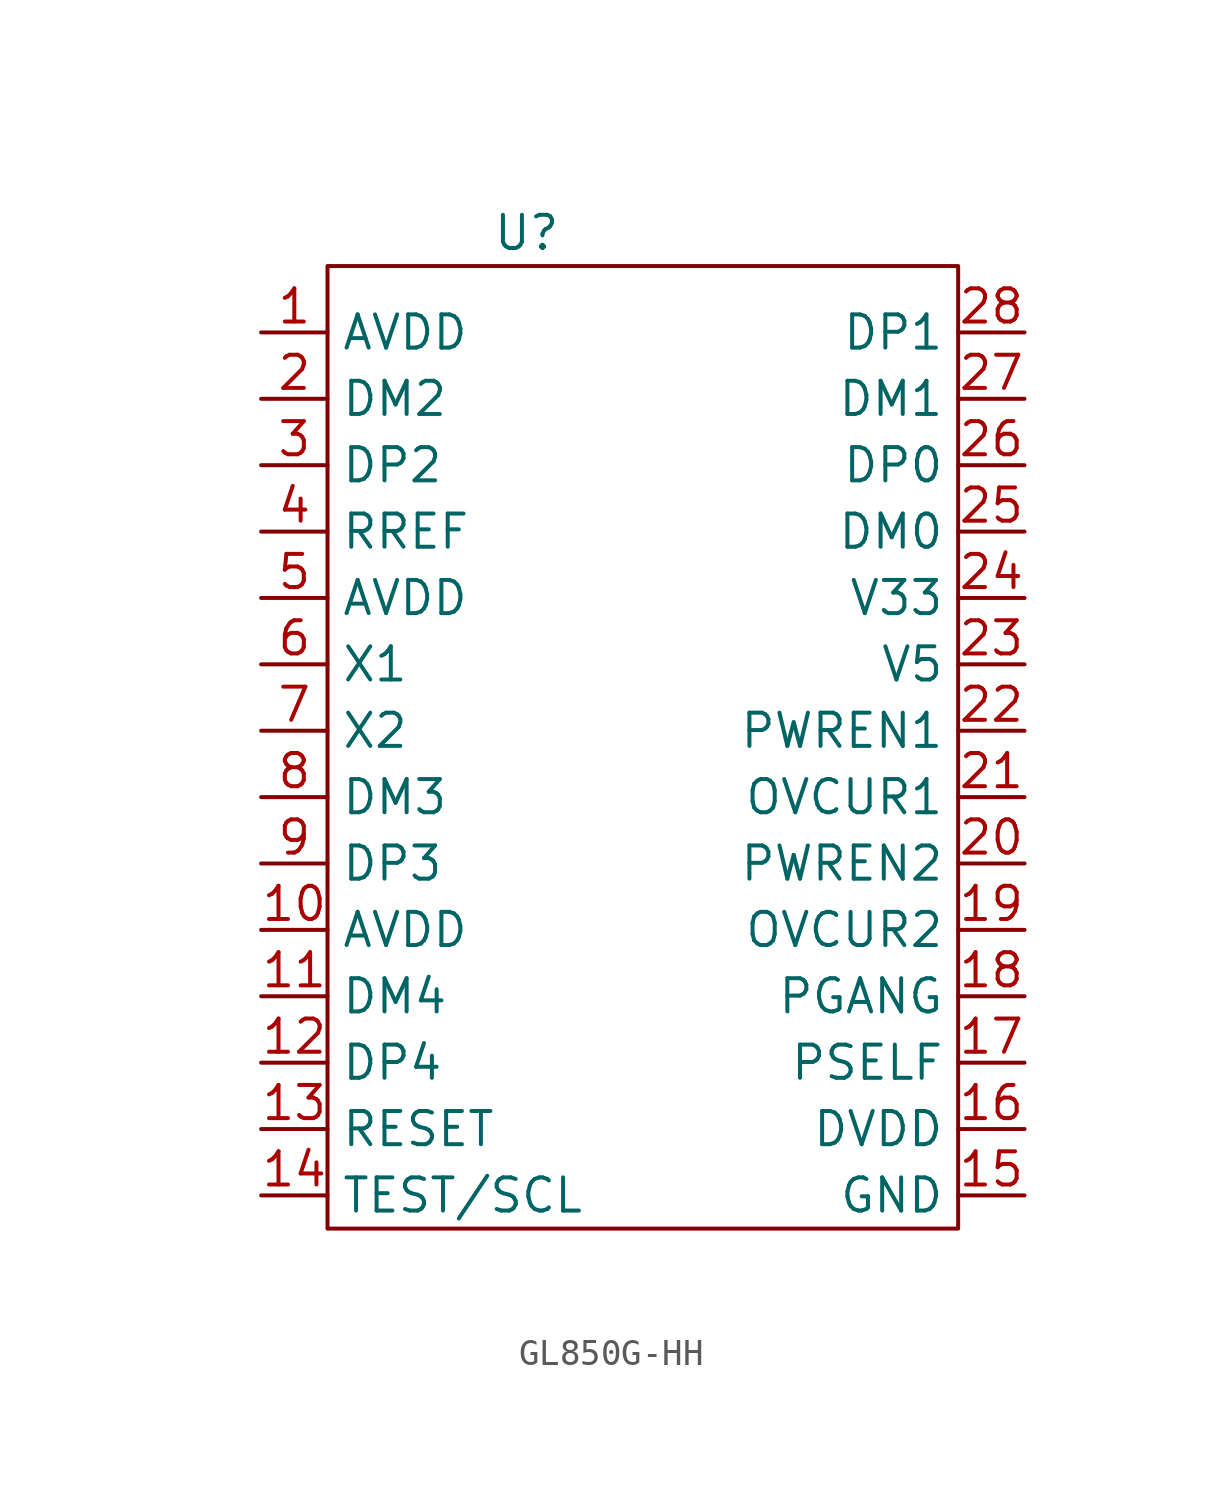
<source format=kicad_sym>
(kicad_symbol_lib
  (version 20220914)
  (generator kicad_symbol_editor)
  (symbol "GL850G-HH"
    (property "Reference" "U"
      (at -10.16 24.13 0)
      (effects (font (size 1.27 1.27))))
    (property "Value" ""
      (at -22.86 1.27 0)
      (effects (font (size 1.27 1.27))))
    (symbol "GL850G-HH_0_1"
      (rectangle (start -17.78 22.86) (end 6.35 -13.97) (stroke (width 0) (type default)) (fill (type none))))
    (symbol "GL850G-HH_1_1"
      (pin input line (at -20.32 20.32 0) (length 2.54) (name "AVDD" (effects (font (size 1.27 1.27)))) (number "1" (effects (font (size 1.27 1.27)))))
      (pin input line (at -20.32 -2.54 0) (length 2.54) (name "AVDD" (effects (font (size 1.27 1.27)))) (number "10" (effects (font (size 1.27 1.27)))))
      (pin input line (at -20.32 -5.08 0) (length 2.54) (name "DM4" (effects (font (size 1.27 1.27)))) (number "11" (effects (font (size 1.27 1.27)))))
      (pin input line (at -20.32 -7.62 0) (length 2.54) (name "DP4" (effects (font (size 1.27 1.27)))) (number "12" (effects (font (size 1.27 1.27)))))
      (pin input line (at -20.32 -10.16 0) (length 2.54) (name "RESET" (effects (font (size 1.27 1.27)))) (number "13" (effects (font (size 1.27 1.27)))))
      (pin input line (at -20.32 -12.7 0) (length 2.54) (name "TEST/SCL" (effects (font (size 1.27 1.27)))) (number "14" (effects (font (size 1.27 1.27)))))
      (pin input line (at 8.89 -12.7 180) (length 2.54) (name "GND" (effects (font (size 1.27 1.27)))) (number "15" (effects (font (size 1.27 1.27)))))
      (pin input line (at 8.89 -10.16 180) (length 2.54) (name "DVDD" (effects (font (size 1.27 1.27)))) (number "16" (effects (font (size 1.27 1.27)))))
      (pin input line (at 8.89 -7.62 180) (length 2.54) (name "PSELF" (effects (font (size 1.27 1.27)))) (number "17" (effects (font (size 1.27 1.27)))))
      (pin input line (at 8.89 -5.08 180) (length 2.54) (name "PGANG" (effects (font (size 1.27 1.27)))) (number "18" (effects (font (size 1.27 1.27)))))
      (pin input line (at 8.89 -2.54 180) (length 2.54) (name "OVCUR2" (effects (font (size 1.27 1.27)))) (number "19" (effects (font (size 1.27 1.27)))))
      (pin input line (at -20.32 17.78 0) (length 2.54) (name "DM2" (effects (font (size 1.27 1.27)))) (number "2" (effects (font (size 1.27 1.27)))))
      (pin input line (at 8.89 0 180) (length 2.54) (name "PWREN2" (effects (font (size 1.27 1.27)))) (number "20" (effects (font (size 1.27 1.27)))))
      (pin input line (at 8.89 2.54 180) (length 2.54) (name "OVCUR1" (effects (font (size 1.27 1.27)))) (number "21" (effects (font (size 1.27 1.27)))))
      (pin input line (at 8.89 5.08 180) (length 2.54) (name "PWREN1" (effects (font (size 1.27 1.27)))) (number "22" (effects (font (size 1.27 1.27)))))
      (pin input line (at 8.89 7.62 180) (length 2.54) (name "V5" (effects (font (size 1.27 1.27)))) (number "23" (effects (font (size 1.27 1.27)))))
      (pin input line (at 8.89 10.16 180) (length 2.54) (name "V33" (effects (font (size 1.27 1.27)))) (number "24" (effects (font (size 1.27 1.27)))))
      (pin input line (at 8.89 12.7 180) (length 2.54) (name "DM0" (effects (font (size 1.27 1.27)))) (number "25" (effects (font (size 1.27 1.27)))))
      (pin input line (at 8.89 15.24 180) (length 2.54) (name "DP0" (effects (font (size 1.27 1.27)))) (number "26" (effects (font (size 1.27 1.27)))))
      (pin input line (at 8.89 17.78 180) (length 2.54) (name "DM1" (effects (font (size 1.27 1.27)))) (number "27" (effects (font (size 1.27 1.27)))))
      (pin input line (at 8.89 20.32 180) (length 2.54) (name "DP1" (effects (font (size 1.27 1.27)))) (number "28" (effects (font (size 1.27 1.27)))))
      (pin input line (at -20.32 15.24 0) (length 2.54) (name "DP2" (effects (font (size 1.27 1.27)))) (number "3" (effects (font (size 1.27 1.27)))))
      (pin input line (at -20.32 12.7 0) (length 2.54) (name "RREF" (effects (font (size 1.27 1.27)))) (number "4" (effects (font (size 1.27 1.27)))))
      (pin input line (at -20.32 10.16 0) (length 2.54) (name "AVDD" (effects (font (size 1.27 1.27)))) (number "5" (effects (font (size 1.27 1.27)))))
      (pin input line (at -20.32 7.62 0) (length 2.54) (name "X1" (effects (font (size 1.27 1.27)))) (number "6" (effects (font (size 1.27 1.27)))))
      (pin input line (at -20.32 5.08 0) (length 2.54) (name "X2" (effects (font (size 1.27 1.27)))) (number "7" (effects (font (size 1.27 1.27)))))
      (pin input line (at -20.32 2.54 0) (length 2.54) (name "DM3" (effects (font (size 1.27 1.27)))) (number "8" (effects (font (size 1.27 1.27)))))
      (pin input line (at -20.32 0 0) (length 2.54) (name "DP3" (effects (font (size 1.27 1.27)))) (number "9" (effects (font (size 1.27 1.27))))))))
</source>
